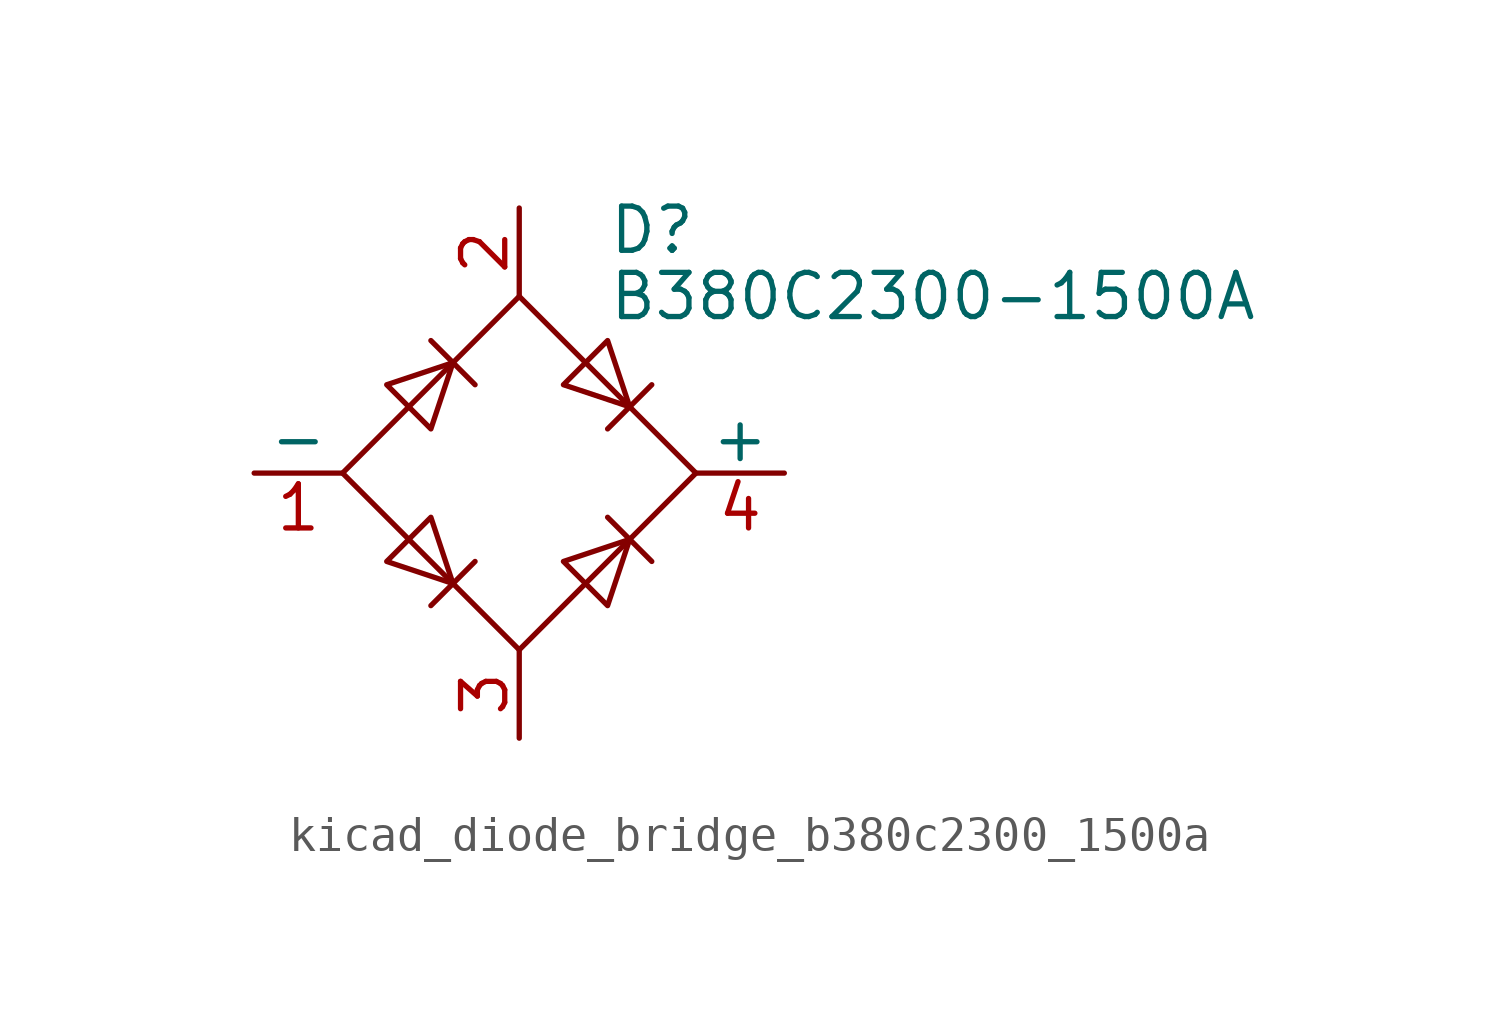
<source format=kicad_sym>
(kicad_symbol_lib
  (version 20220914)
  (generator kicad_symbol_editor)
  (symbol "kicad_diode_bridge_b380c2300_1500a"
    (pin_names
      (offset 0))
    (property "Reference" "D"
      (at 2.54 6.985 0)
      (effects (font (size 1.27 1.27)) (justify left)))
    (property "Value" "B380C2300-1500A"
      (at 2.54 5.08 0)
      (effects (font (size 1.27 1.27)) (justify left)))
    (symbol "kicad_diode_bridge_b380c2300_1500a_0_1"
      (polyline (pts (xy -2.54 3.81) (xy -1.27 2.54)) (stroke (width 0) (type default)) (fill (type none)))
      (polyline (pts (xy -1.27 -2.54) (xy -2.54 -3.81)) (stroke (width 0) (type default)) (fill (type none)))
      (polyline (pts (xy 2.54 -1.27) (xy 3.81 -2.54)) (stroke (width 0) (type default)) (fill (type none)))
      (polyline (pts (xy 2.54 1.27) (xy 3.81 2.54)) (stroke (width 0) (type default)) (fill (type none)))
      (polyline (pts (xy -3.81 2.54) (xy -2.54 1.27) (xy -1.905 3.175) (xy -3.81 2.54)) (stroke (width 0) (type default)) (fill (type none)))
      (polyline (pts (xy -2.54 -1.27) (xy -3.81 -2.54) (xy -1.905 -3.175) (xy -2.54 -1.27)) (stroke (width 0) (type default)) (fill (type none)))
      (polyline (pts (xy 1.27 2.54) (xy 2.54 3.81) (xy 3.175 1.905) (xy 1.27 2.54)) (stroke (width 0) (type default)) (fill (type none)))
      (polyline (pts (xy 3.175 -1.905) (xy 1.27 -2.54) (xy 2.54 -3.81) (xy 3.175 -1.905)) (stroke (width 0) (type default)) (fill (type none)))
      (polyline (pts (xy -5.08 0) (xy 0 -5.08) (xy 5.08 0) (xy 0 5.08) (xy -5.08 0)) (stroke (width 0) (type default)) (fill (type none))))
    (symbol "kicad_diode_bridge_b380c2300_1500a_1_1"
      (pin passive line (at -7.62 0 0) (length 2.54) (name "-" (effects (font (size 1.27 1.27)))) (number "1" (effects (font (size 1.27 1.27)))))
      (pin passive line (at 0 7.62 270) (length 2.54) (name "~" (effects (font (size 1.27 1.27)))) (number "2" (effects (font (size 1.27 1.27)))))
      (pin passive line (at 0 -7.62 90) (length 2.54) (name "~" (effects (font (size 1.27 1.27)))) (number "3" (effects (font (size 1.27 1.27)))))
      (pin passive line (at 7.62 0 180) (length 2.54) (name "+" (effects (font (size 1.27 1.27)))) (number "4" (effects (font (size 1.27 1.27))))))))
</source>
